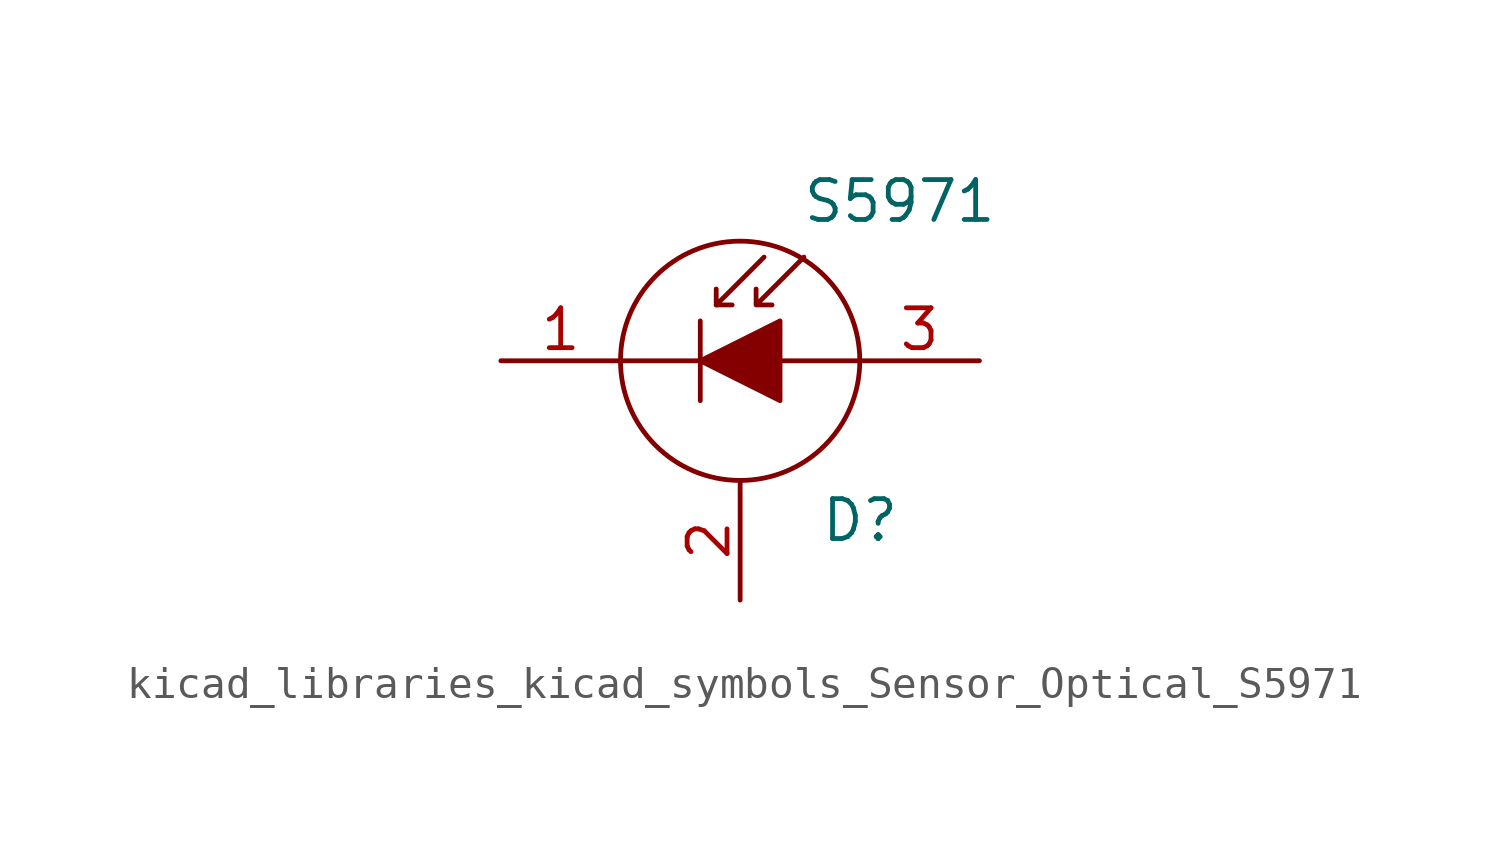
<source format=kicad_sym>
(kicad_symbol_lib
  (version 20220914)
  (generator kicad_symbol_editor)
  (symbol "kicad_libraries_kicad_symbols_Sensor_Optical_S5971"
    (pin_names
      (offset 0.254) hide)
    (property "Reference" "D"
      (at 2.54 -5.08 0)
      (effects (font (size 1.27 1.27)) (justify left)))
    (property "Value" "S5971"
      (at 5.08 5.08 0)
      (effects (font (size 1.27 1.27))))
    (symbol "kicad_libraries_kicad_symbols_Sensor_Optical_S5971_0_0"
      (pin passive line (at 0 -7.62 90) (length 3.81) (name "C" (effects (font (size 1.27 1.27)))) (number "2" (effects (font (size 1.27 1.27))))))
    (symbol "kicad_libraries_kicad_symbols_Sensor_Optical_S5971_0_1"
      (polyline (pts (xy -1.27 0) (xy -3.81 0)) (stroke (width 0) (type default)) (fill (type none)))
      (polyline (pts (xy -1.27 1.27) (xy -1.27 -1.27)) (stroke (width 0.152) (type default)) (fill (type none)))
      (polyline (pts (xy -0.762 1.778) (xy -0.254 1.778)) (stroke (width 0) (type default)) (fill (type none)))
      (polyline (pts (xy 3.81 0) (xy 1.27 0)) (stroke (width 0) (type default)) (fill (type none)))
      (polyline (pts (xy 0.762 3.302) (xy -0.762 1.778) (xy -0.762 2.286)) (stroke (width 0) (type default)) (fill (type none)))
      (polyline (pts (xy -1.27 0) (xy 1.27 1.27) (xy 1.27 -1.27) (xy -1.27 0)) (stroke (width 0) (type default)) (fill (type outline)))
      (polyline (pts (xy 2.032 3.302) (xy 0.508 1.778) (xy 0.508 2.286) (xy 0.508 1.778) (xy 1.016 1.778)) (stroke (width 0) (type default)) (fill (type none)))
      (circle (center 0 0) (radius 3.81) (stroke (width 0) (type default)) (fill (type none))))
    (symbol "kicad_libraries_kicad_symbols_Sensor_Optical_S5971_1_1"
      (pin passive line (at -7.62 0 0) (length 3.81) (name "K" (effects (font (size 1.27 1.27)))) (number "1" (effects (font (size 1.27 1.27)))))
      (pin passive line (at 7.62 0 180) (length 3.81) (name "A" (effects (font (size 1.27 1.27)))) (number "3" (effects (font (size 1.27 1.27))))))))
</source>
